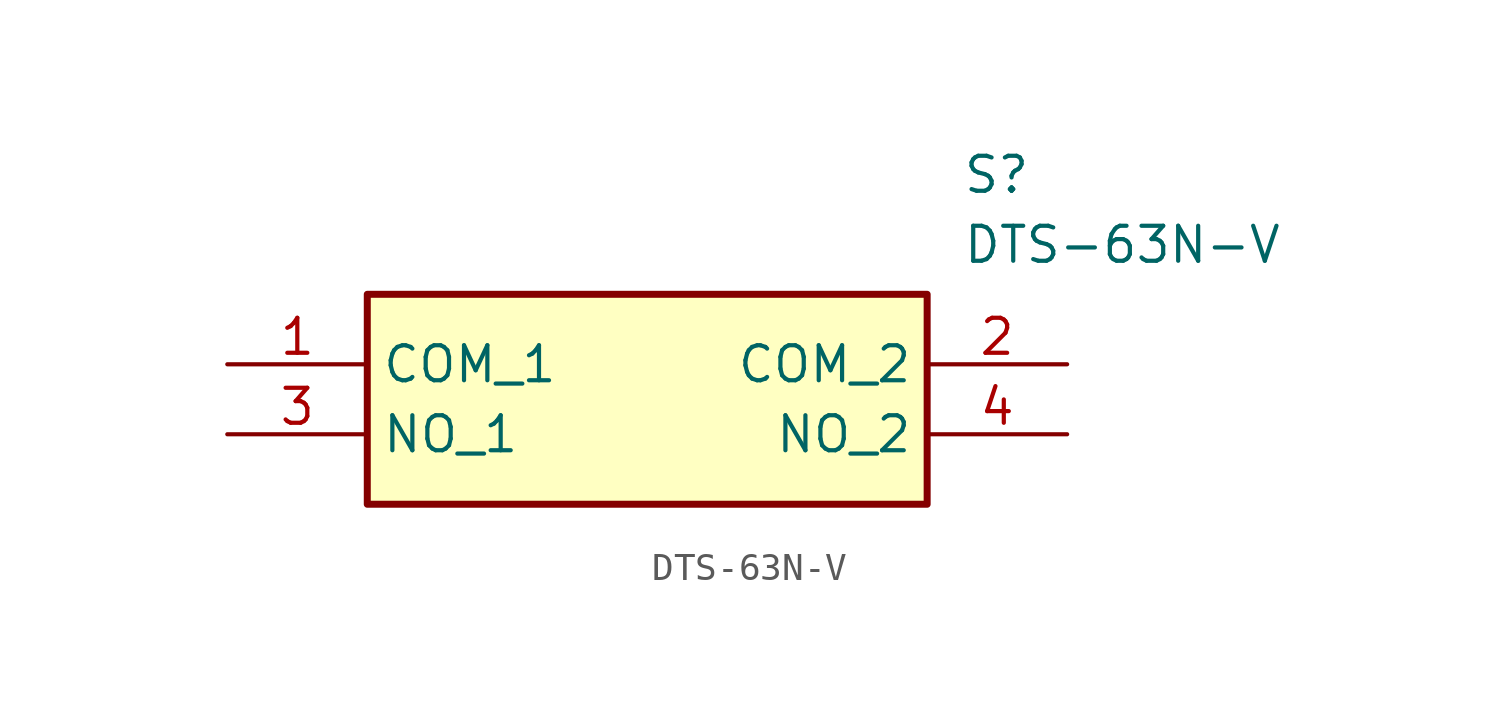
<source format=kicad_sym>
(kicad_symbol_lib
  (version 20211014)
  (generator SamacSys_ECAD_Model)
  (symbol "DTS-63N-V"
    (property "Reference" "S"
      (at 26.67 7.62 0)
      (effects (font (size 1.27 1.27)) (justify left top)))
    (property "Value" "DTS-63N-V"
      (at 26.67 5.08 0)
      (effects (font (size 1.27 1.27)) (justify left top)))
    (rectangle
      (start 5.08 2.54)
      (end 25.4 -5.08)
      (stroke (width 0.254) (type default))
      (fill (type background)))
    (pin passive line
      (at 0 0 0)
      (length 5.08)
      (name "COM_1" (effects (font (size 1.27 1.27))))
      (number "1" (effects (font (size 1.27 1.27)))))
    (pin passive line
      (at 30.48 0 180)
      (length 5.08)
      (name "COM_2" (effects (font (size 1.27 1.27))))
      (number "2" (effects (font (size 1.27 1.27)))))
    (pin passive line
      (at 0 -2.54 0)
      (length 5.08)
      (name "NO_1" (effects (font (size 1.27 1.27))))
      (number "3" (effects (font (size 1.27 1.27)))))
    (pin passive line
      (at 30.48 -2.54 180)
      (length 5.08)
      (name "NO_2" (effects (font (size 1.27 1.27))))
      (number "4" (effects (font (size 1.27 1.27)))))))
</source>
